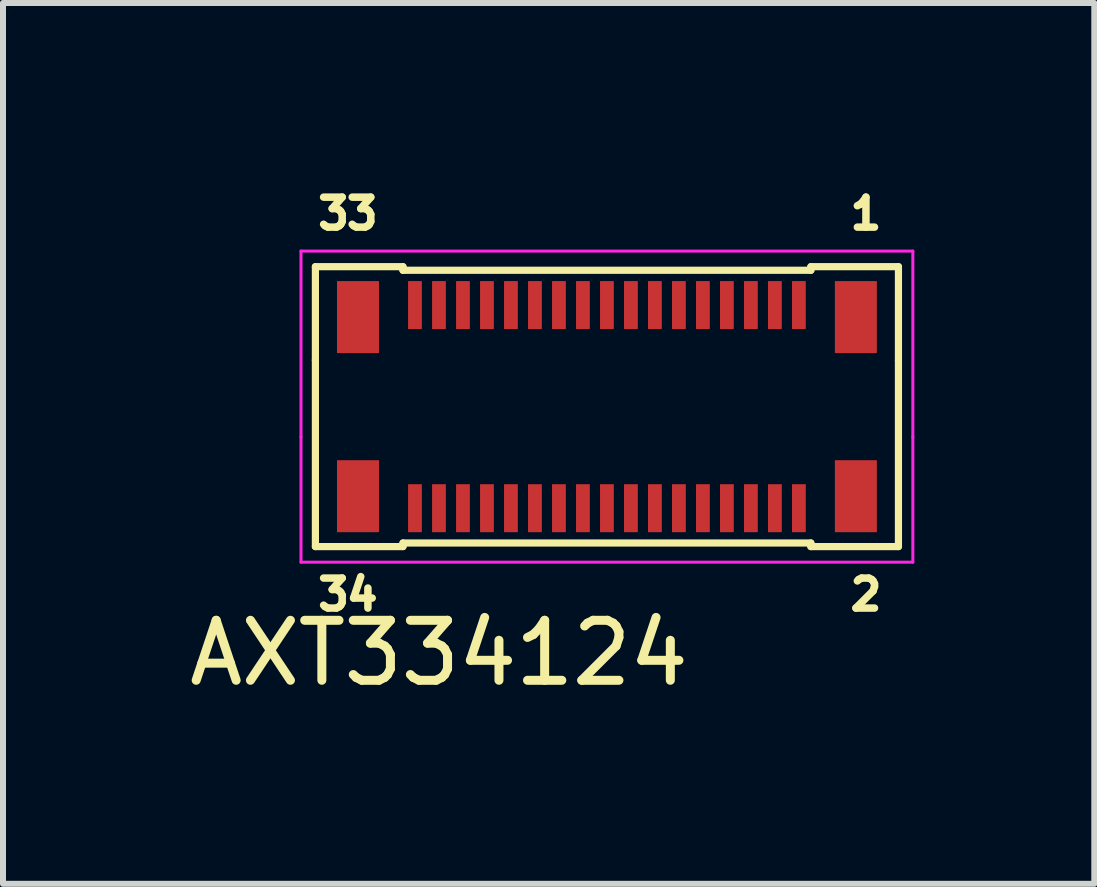
<source format=kicad_pcb>
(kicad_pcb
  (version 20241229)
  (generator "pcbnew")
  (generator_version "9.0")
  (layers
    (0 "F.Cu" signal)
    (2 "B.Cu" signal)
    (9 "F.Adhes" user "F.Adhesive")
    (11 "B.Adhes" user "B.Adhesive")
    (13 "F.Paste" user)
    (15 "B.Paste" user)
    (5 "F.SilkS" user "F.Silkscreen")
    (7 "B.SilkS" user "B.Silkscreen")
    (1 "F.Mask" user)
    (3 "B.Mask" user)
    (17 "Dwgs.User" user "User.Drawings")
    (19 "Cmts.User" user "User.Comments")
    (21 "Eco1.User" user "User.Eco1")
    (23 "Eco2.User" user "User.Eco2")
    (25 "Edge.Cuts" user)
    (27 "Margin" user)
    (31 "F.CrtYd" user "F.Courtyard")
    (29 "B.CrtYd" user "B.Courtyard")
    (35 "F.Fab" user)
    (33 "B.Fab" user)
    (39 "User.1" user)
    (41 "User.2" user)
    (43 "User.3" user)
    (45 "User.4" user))
  (footprint "AXT334124"
    (layer "F.Cu")
    (at 7.068 2.036)
    (property "Reference" "AXT334124" (at -2.8 5.8 0) (layer "F.SilkS") (effects (font (size 1 1) (thickness 0.15))))
    (attr smd)
    (fp_line (start -4.86 -0.64) (end -3.4 -0.64) (stroke (width 0.12) (type solid)) (layer "F.SilkS"))
    (fp_line (start -4.86 0.92) (end -4.86 -0.64) (stroke (width 0.12) (type solid)) (layer "F.SilkS"))
    (fp_line (start -4.86 0.92) (end -4.86 4.026) (stroke (width 0.12) (type solid)) (layer "F.SilkS"))
    (fp_line (start -4.86 4.026) (end -3.4 4.026) (stroke (width 0.12) (type solid)) (layer "F.SilkS"))
    (fp_line (start -3.4 -0.64) (end -3.4 -0.58) (stroke (width 0.12) (type solid)) (layer "F.SilkS"))
    (fp_line (start -3.4 -0.58) (end 3.4 -0.58) (stroke (width 0.12) (type solid)) (layer "F.SilkS"))
    (fp_line (start -3.4 4.026) (end -3.4 3.966) (stroke (width 0.12) (type solid)) (layer "F.SilkS"))
    (fp_line (start 3.4 -0.64) (end 3.4 -0.58) (stroke (width 0.12) (type solid)) (layer "F.SilkS"))
    (fp_line (start 3.4 3.966) (end -3.4 3.966) (stroke (width 0.12) (type solid)) (layer "F.SilkS"))
    (fp_line (start 3.4 4.026) (end 3.4 3.966) (stroke (width 0.12) (type solid)) (layer "F.SilkS"))
    (fp_line (start 4.86 -0.64) (end 3.4 -0.64) (stroke (width 0.12) (type solid)) (layer "F.SilkS"))
    (fp_line (start 4.86 0.92) (end 4.86 -0.64) (stroke (width 0.12) (type solid)) (layer "F.SilkS"))
    (fp_line (start 4.86 0.92) (end 4.86 4.026) (stroke (width 0.12) (type solid)) (layer "F.SilkS"))
    (fp_line (start 4.86 4.026) (end 3.4 4.026) (stroke (width 0.12) (type solid)) (layer "F.SilkS"))
    (fp_line (start -5.1 -0.9) (end -5.1 2.2) (stroke (width 0.05) (type solid)) (layer "F.CrtYd"))
    (fp_line (start -5.1 -0.9) (end 5.1 -0.9) (stroke (width 0.05) (type solid)) (layer "F.CrtYd"))
    (fp_line (start -5.1 4.286) (end -5.1 2.2) (stroke (width 0.05) (type solid)) (layer "F.CrtYd"))
    (fp_line (start 5.1 -0.9) (end 5.1 2.2) (stroke (width 0.05) (type solid)) (layer "F.CrtYd"))
    (fp_line (start 5.1 4.286) (end -5.1 4.286) (stroke (width 0.05) (type solid)) (layer "F.CrtYd"))
    (fp_line (start 5.1 4.286) (end 5.1 2.2) (stroke (width 0.05) (type solid)) (layer "F.CrtYd"))
    (fp_text user "33" (at -4.318 -1.524 0) (layer "F.SilkS") (effects (font (size 0.5 0.5) (thickness 0.125))))
    (fp_text user "34" (at -4.318 4.826 0) (layer "F.SilkS") (effects (font (size 0.5 0.5) (thickness 0.125))))
    (fp_text user "2" (at 4.318 4.826 0) (layer "F.SilkS") (effects (font (size 0.5 0.5) (thickness 0.125))))
    (fp_text user "1" (at 4.318 -1.524 0) (layer "F.SilkS") (effects (font (size 0.5 0.5) (thickness 0.125))))
    (pad "0" smd rect (at -4.15 0.2) (size 0.7 1.2) (layers "F.Cu" "F.Mask" "F.Paste"))
    (pad "0" smd rect (at -4.15 3.186 180) (size 0.7 1.2) (layers "F.Cu" "F.Mask" "F.Paste"))
    (pad "0" smd rect (at 4.15 0.2) (size 0.7 1.2) (layers "F.Cu" "F.Mask" "F.Paste"))
    (pad "0" smd rect (at 4.15 3.186 180) (size 0.7 1.2) (layers "F.Cu" "F.Mask" "F.Paste"))
    (pad "1" smd rect (at 3.2 0) (size 0.23 0.8) (layers "F.Cu" "F.Mask" "F.Paste"))
    (pad "2" smd rect (at 3.2 3.386 180) (size 0.23 0.8) (layers "F.Cu" "F.Mask" "F.Paste"))
    (pad "3" smd rect (at 2.8 0) (size 0.23 0.8) (layers "F.Cu" "F.Mask" "F.Paste"))
    (pad "4" smd rect (at 2.8 3.386 180) (size 0.23 0.8) (layers "F.Cu" "F.Mask" "F.Paste"))
    (pad "5" smd rect (at 2.4 0) (size 0.23 0.8) (layers "F.Cu" "F.Mask" "F.Paste"))
    (pad "6" smd rect (at 2.4 3.386 180) (size 0.23 0.8) (layers "F.Cu" "F.Mask" "F.Paste"))
    (pad "7" smd rect (at 2 0) (size 0.23 0.8) (layers "F.Cu" "F.Mask" "F.Paste"))
    (pad "8" smd rect (at 2 3.386 180) (size 0.23 0.8) (layers "F.Cu" "F.Mask" "F.Paste"))
    (pad "9" smd rect (at 1.6 0) (size 0.23 0.8) (layers "F.Cu" "F.Mask" "F.Paste"))
    (pad "10" smd rect (at 1.6 3.386 180) (size 0.23 0.8) (layers "F.Cu" "F.Mask" "F.Paste"))
    (pad "11" smd rect (at 1.2 0) (size 0.23 0.8) (layers "F.Cu" "F.Mask" "F.Paste"))
    (pad "12" smd rect (at 1.2 3.386 180) (size 0.23 0.8) (layers "F.Cu" "F.Mask" "F.Paste"))
    (pad "13" smd rect (at 0.8 0) (size 0.23 0.8) (layers "F.Cu" "F.Mask" "F.Paste"))
    (pad "14" smd rect (at 0.8 3.386 180) (size 0.23 0.8) (layers "F.Cu" "F.Mask" "F.Paste"))
    (pad "15" smd rect (at 0.4 0) (size 0.23 0.8) (layers "F.Cu" "F.Mask" "F.Paste"))
    (pad "16" smd rect (at 0.4 3.386 180) (size 0.23 0.8) (layers "F.Cu" "F.Mask" "F.Paste"))
    (pad "17" smd rect (at 0 0) (size 0.23 0.8) (layers "F.Cu" "F.Mask" "F.Paste"))
    (pad "18" smd rect (at 0 3.386 180) (size 0.23 0.8) (layers "F.Cu" "F.Mask" "F.Paste"))
    (pad "19" smd rect (at -0.4 0) (size 0.23 0.8) (layers "F.Cu" "F.Mask" "F.Paste"))
    (pad "20" smd rect (at -0.4 3.386 180) (size 0.23 0.8) (layers "F.Cu" "F.Mask" "F.Paste"))
    (pad "21" smd rect (at -0.8 0) (size 0.23 0.8) (layers "F.Cu" "F.Mask" "F.Paste"))
    (pad "22" smd rect (at -0.8 3.386 180) (size 0.23 0.8) (layers "F.Cu" "F.Mask" "F.Paste"))
    (pad "23" smd rect (at -1.2 0) (size 0.23 0.8) (layers "F.Cu" "F.Mask" "F.Paste"))
    (pad "24" smd rect (at -1.2 3.386 180) (size 0.23 0.8) (layers "F.Cu" "F.Mask" "F.Paste"))
    (pad "25" smd rect (at -1.6 0) (size 0.23 0.8) (layers "F.Cu" "F.Mask" "F.Paste"))
    (pad "26" smd rect (at -1.6 3.386 180) (size 0.23 0.8) (layers "F.Cu" "F.Mask" "F.Paste"))
    (pad "27" smd rect (at -2 0) (size 0.23 0.8) (layers "F.Cu" "F.Mask" "F.Paste"))
    (pad "28" smd rect (at -2 3.386 180) (size 0.23 0.8) (layers "F.Cu" "F.Mask" "F.Paste"))
    (pad "29" smd rect (at -2.4 0) (size 0.23 0.8) (layers "F.Cu" "F.Mask" "F.Paste"))
    (pad "30" smd rect (at -2.4 3.386 180) (size 0.23 0.8) (layers "F.Cu" "F.Mask" "F.Paste"))
    (pad "31" smd rect (at -2.8 0) (size 0.23 0.8) (layers "F.Cu" "F.Mask" "F.Paste"))
    (pad "32" smd rect (at -2.8 3.386 180) (size 0.23 0.8) (layers "F.Cu" "F.Mask" "F.Paste"))
    (pad "33" smd rect (at -3.2 0) (size 0.23 0.8) (layers "F.Cu" "F.Mask" "F.Paste"))
    (pad "34" smd rect (at -3.2 3.386 180) (size 0.23 0.8) (layers "F.Cu" "F.Mask" "F.Paste")))
  (gr_rect
    (start -3 -3)
    (end 15.193 11.684)
    (stroke (width 0.1) (type default))
    (fill no)
    (layer "Edge.Cuts")))
</source>
